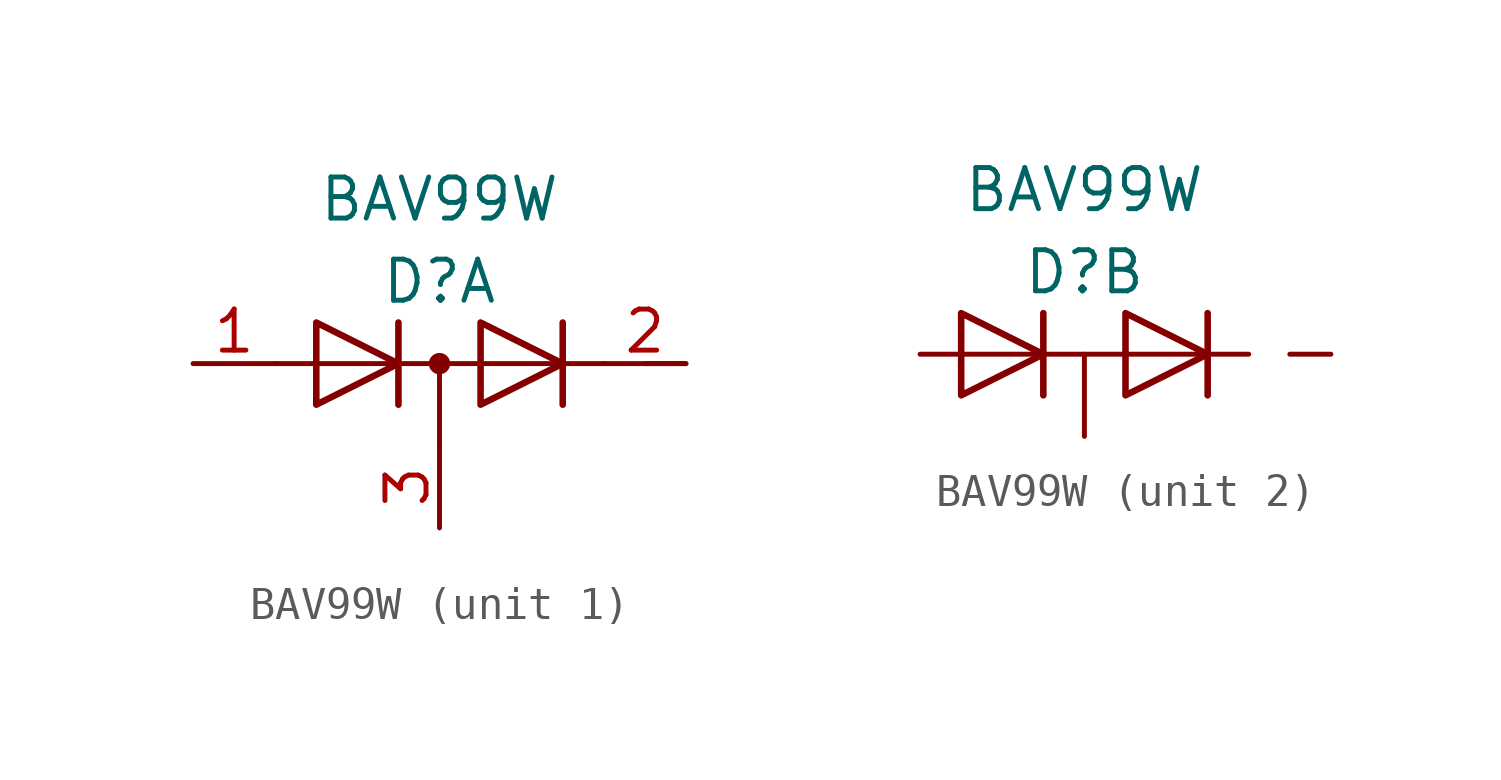
<source format=kicad_sym>
(kicad_symbol_lib
  (version 20211014)
  (generator kicad_symbol_editor)
  (symbol "BAV99W"
    (pin_names
      (offset 0.025) hide)
    (property "Reference" "D"
      (at 0 2.54 0)
      (effects (font (size 1.27 1.27))))
    (property "Value" "BAV99W"
      (at 0 5.08 0)
      (effects (font (size 1.27 1.27))))
    (property "ki_locked" ""
      (at 0 0 0)
      (effects (font (size 1.27 1.27))))
    (symbol "BAV99W_0_1"
      (polyline (pts (xy -5.08 0) (xy 5.08 0)) (stroke (width 0) (type default) (color 0 0 0 0)) (fill (type none)))
      (polyline (pts (xy 0 0) (xy 0 -2.54)) (stroke (width 0) (type default) (color 0 0 0 0)) (fill (type none)))
      (polyline (pts (xy -1.27 -1.27) (xy -1.27 1.27) (xy -1.27 1.27)) (stroke (width 0.203) (type default) (color 0 0 0 0)) (fill (type none)))
      (polyline (pts (xy 3.81 1.27) (xy 3.81 -1.27) (xy 3.81 -1.27)) (stroke (width 0.203) (type default) (color 0 0 0 0)) (fill (type none)))
      (polyline (pts (xy -3.81 1.27) (xy -1.27 0) (xy -3.81 -1.27) (xy -3.81 1.27) (xy -3.81 1.27) (xy -3.81 1.27)) (stroke (width 0.203) (type default) (color 0 0 0 0)) (fill (type none)))
      (polyline (pts (xy 1.27 1.27) (xy 3.81 0) (xy 1.27 -1.27) (xy 1.27 1.27) (xy 1.27 1.27) (xy 1.27 1.27)) (stroke (width 0.203) (type default) (color 0 0 0 0)) (fill (type none))))
    (symbol "BAV99W_1_1"
      (polyline (pts (xy 6.35 0) (xy 7.62 0)) (stroke (width 0) (type default) (color 0 0 0 0)) (fill (type none)))
      (circle (center 0 0) (radius 0.254) (stroke (width 0) (type default) (color 0 0 0 0)) (fill (type outline)))
      (pin passive line (at -7.62 0 0) (length 2.54) (name "A1" (effects (font (size 1.27 1.27)))) (number "1" (effects (font (size 1.27 1.27)))))
      (pin passive line (at 7.62 0 180) (length 2.54) (name "K2" (effects (font (size 1.27 1.27)))) (number "2" (effects (font (size 1.27 1.27)))))
      (pin passive line (at 0 -5.08 90) (length 2.54) (name "K1A2" (effects (font (size 1.27 1.27)))) (number "3" (effects (font (size 1.27 1.27))))))
    (symbol "BAV99W_2_1"
      (polyline (pts (xy 6.35 0) (xy 7.62 0)) (stroke (width 0) (type default) (color 0 0 0 0)) (fill (type none))))))
</source>
